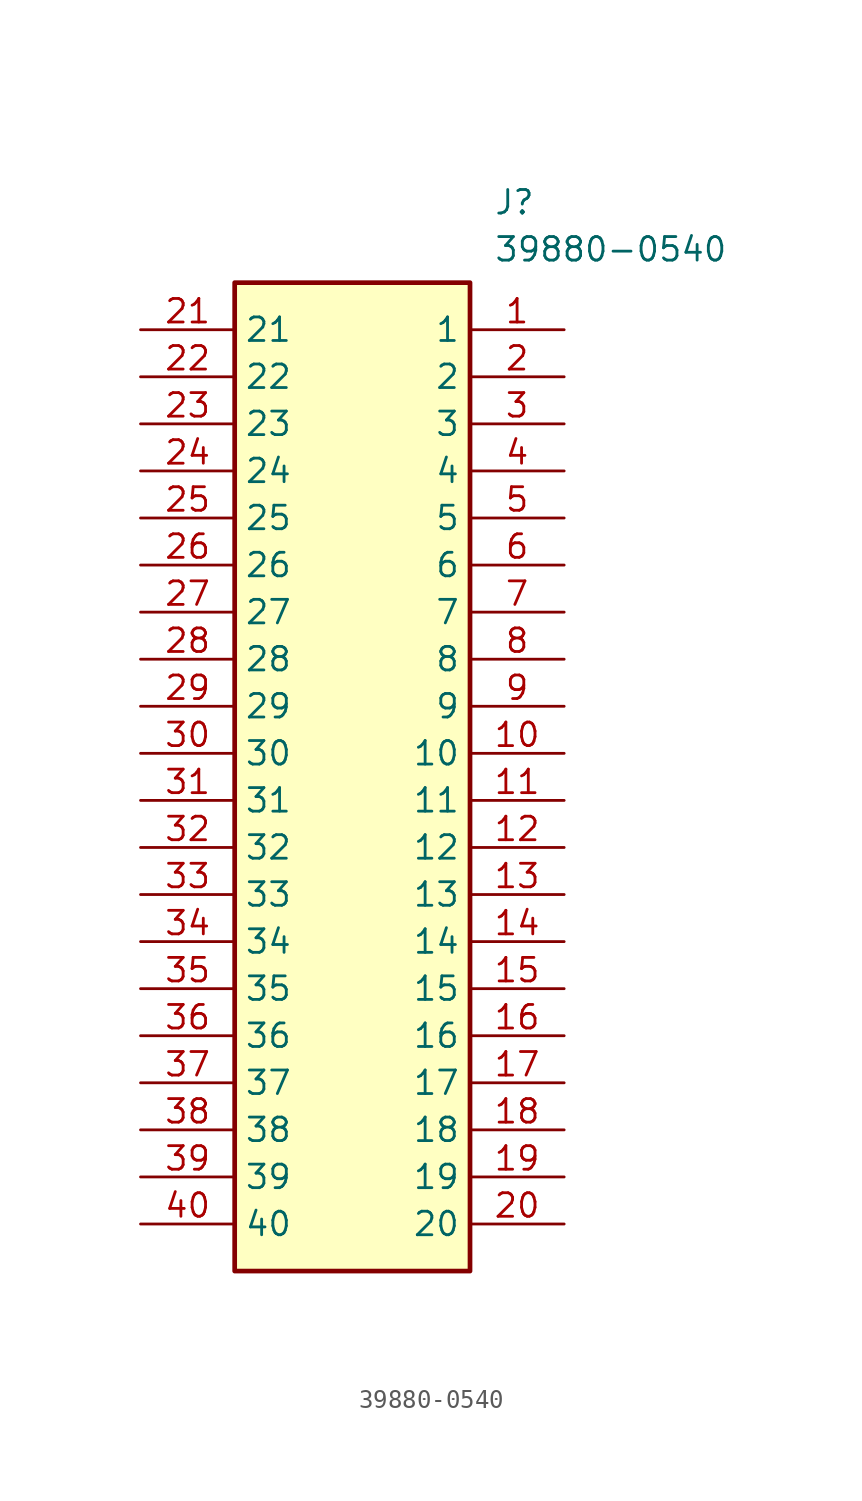
<source format=kicad_sym>
(kicad_symbol_lib
  (version 20211014)
  (generator SamacSys_ECAD_Model)
  (symbol "39880-0540"
    (property "Reference" "J"
      (at 19.05 7.62 0)
      (effects (font (size 1.27 1.27)) (justify left top)))
    (property "Value" "39880-0540"
      (at 19.05 5.08 0)
      (effects (font (size 1.27 1.27)) (justify left top)))
    (rectangle
      (start 5.08 2.54)
      (end 17.78 -50.8)
      (stroke (width 0.254) (type default))
      (fill (type background)))
    (pin passive line
      (at 22.86 0 180)
      (length 5.08)
      (name "1" (effects (font (size 1.27 1.27))))
      (number "1" (effects (font (size 1.27 1.27)))))
    (pin passive line
      (at 22.86 -2.54 180)
      (length 5.08)
      (name "2" (effects (font (size 1.27 1.27))))
      (number "2" (effects (font (size 1.27 1.27)))))
    (pin passive line
      (at 22.86 -5.08 180)
      (length 5.08)
      (name "3" (effects (font (size 1.27 1.27))))
      (number "3" (effects (font (size 1.27 1.27)))))
    (pin passive line
      (at 22.86 -7.62 180)
      (length 5.08)
      (name "4" (effects (font (size 1.27 1.27))))
      (number "4" (effects (font (size 1.27 1.27)))))
    (pin passive line
      (at 22.86 -10.16 180)
      (length 5.08)
      (name "5" (effects (font (size 1.27 1.27))))
      (number "5" (effects (font (size 1.27 1.27)))))
    (pin passive line
      (at 22.86 -12.7 180)
      (length 5.08)
      (name "6" (effects (font (size 1.27 1.27))))
      (number "6" (effects (font (size 1.27 1.27)))))
    (pin passive line
      (at 22.86 -15.24 180)
      (length 5.08)
      (name "7" (effects (font (size 1.27 1.27))))
      (number "7" (effects (font (size 1.27 1.27)))))
    (pin passive line
      (at 22.86 -17.78 180)
      (length 5.08)
      (name "8" (effects (font (size 1.27 1.27))))
      (number "8" (effects (font (size 1.27 1.27)))))
    (pin passive line
      (at 22.86 -20.32 180)
      (length 5.08)
      (name "9" (effects (font (size 1.27 1.27))))
      (number "9" (effects (font (size 1.27 1.27)))))
    (pin passive line
      (at 22.86 -22.86 180)
      (length 5.08)
      (name "10" (effects (font (size 1.27 1.27))))
      (number "10" (effects (font (size 1.27 1.27)))))
    (pin passive line
      (at 22.86 -25.4 180)
      (length 5.08)
      (name "11" (effects (font (size 1.27 1.27))))
      (number "11" (effects (font (size 1.27 1.27)))))
    (pin passive line
      (at 22.86 -27.94 180)
      (length 5.08)
      (name "12" (effects (font (size 1.27 1.27))))
      (number "12" (effects (font (size 1.27 1.27)))))
    (pin passive line
      (at 22.86 -30.48 180)
      (length 5.08)
      (name "13" (effects (font (size 1.27 1.27))))
      (number "13" (effects (font (size 1.27 1.27)))))
    (pin passive line
      (at 22.86 -33.02 180)
      (length 5.08)
      (name "14" (effects (font (size 1.27 1.27))))
      (number "14" (effects (font (size 1.27 1.27)))))
    (pin passive line
      (at 22.86 -35.56 180)
      (length 5.08)
      (name "15" (effects (font (size 1.27 1.27))))
      (number "15" (effects (font (size 1.27 1.27)))))
    (pin passive line
      (at 22.86 -38.1 180)
      (length 5.08)
      (name "16" (effects (font (size 1.27 1.27))))
      (number "16" (effects (font (size 1.27 1.27)))))
    (pin passive line
      (at 22.86 -40.64 180)
      (length 5.08)
      (name "17" (effects (font (size 1.27 1.27))))
      (number "17" (effects (font (size 1.27 1.27)))))
    (pin passive line
      (at 22.86 -43.18 180)
      (length 5.08)
      (name "18" (effects (font (size 1.27 1.27))))
      (number "18" (effects (font (size 1.27 1.27)))))
    (pin passive line
      (at 22.86 -45.72 180)
      (length 5.08)
      (name "19" (effects (font (size 1.27 1.27))))
      (number "19" (effects (font (size 1.27 1.27)))))
    (pin passive line
      (at 22.86 -48.26 180)
      (length 5.08)
      (name "20" (effects (font (size 1.27 1.27))))
      (number "20" (effects (font (size 1.27 1.27)))))
    (pin passive line
      (at 0 0 0)
      (length 5.08)
      (name "21" (effects (font (size 1.27 1.27))))
      (number "21" (effects (font (size 1.27 1.27)))))
    (pin passive line
      (at 0 -2.54 0)
      (length 5.08)
      (name "22" (effects (font (size 1.27 1.27))))
      (number "22" (effects (font (size 1.27 1.27)))))
    (pin passive line
      (at 0 -5.08 0)
      (length 5.08)
      (name "23" (effects (font (size 1.27 1.27))))
      (number "23" (effects (font (size 1.27 1.27)))))
    (pin passive line
      (at 0 -7.62 0)
      (length 5.08)
      (name "24" (effects (font (size 1.27 1.27))))
      (number "24" (effects (font (size 1.27 1.27)))))
    (pin passive line
      (at 0 -10.16 0)
      (length 5.08)
      (name "25" (effects (font (size 1.27 1.27))))
      (number "25" (effects (font (size 1.27 1.27)))))
    (pin passive line
      (at 0 -12.7 0)
      (length 5.08)
      (name "26" (effects (font (size 1.27 1.27))))
      (number "26" (effects (font (size 1.27 1.27)))))
    (pin passive line
      (at 0 -15.24 0)
      (length 5.08)
      (name "27" (effects (font (size 1.27 1.27))))
      (number "27" (effects (font (size 1.27 1.27)))))
    (pin passive line
      (at 0 -17.78 0)
      (length 5.08)
      (name "28" (effects (font (size 1.27 1.27))))
      (number "28" (effects (font (size 1.27 1.27)))))
    (pin passive line
      (at 0 -20.32 0)
      (length 5.08)
      (name "29" (effects (font (size 1.27 1.27))))
      (number "29" (effects (font (size 1.27 1.27)))))
    (pin passive line
      (at 0 -22.86 0)
      (length 5.08)
      (name "30" (effects (font (size 1.27 1.27))))
      (number "30" (effects (font (size 1.27 1.27)))))
    (pin passive line
      (at 0 -25.4 0)
      (length 5.08)
      (name "31" (effects (font (size 1.27 1.27))))
      (number "31" (effects (font (size 1.27 1.27)))))
    (pin passive line
      (at 0 -27.94 0)
      (length 5.08)
      (name "32" (effects (font (size 1.27 1.27))))
      (number "32" (effects (font (size 1.27 1.27)))))
    (pin passive line
      (at 0 -30.48 0)
      (length 5.08)
      (name "33" (effects (font (size 1.27 1.27))))
      (number "33" (effects (font (size 1.27 1.27)))))
    (pin passive line
      (at 0 -33.02 0)
      (length 5.08)
      (name "34" (effects (font (size 1.27 1.27))))
      (number "34" (effects (font (size 1.27 1.27)))))
    (pin passive line
      (at 0 -35.56 0)
      (length 5.08)
      (name "35" (effects (font (size 1.27 1.27))))
      (number "35" (effects (font (size 1.27 1.27)))))
    (pin passive line
      (at 0 -38.1 0)
      (length 5.08)
      (name "36" (effects (font (size 1.27 1.27))))
      (number "36" (effects (font (size 1.27 1.27)))))
    (pin passive line
      (at 0 -40.64 0)
      (length 5.08)
      (name "37" (effects (font (size 1.27 1.27))))
      (number "37" (effects (font (size 1.27 1.27)))))
    (pin passive line
      (at 0 -43.18 0)
      (length 5.08)
      (name "38" (effects (font (size 1.27 1.27))))
      (number "38" (effects (font (size 1.27 1.27)))))
    (pin passive line
      (at 0 -45.72 0)
      (length 5.08)
      (name "39" (effects (font (size 1.27 1.27))))
      (number "39" (effects (font (size 1.27 1.27)))))
    (pin passive line
      (at 0 -48.26 0)
      (length 5.08)
      (name "40" (effects (font (size 1.27 1.27))))
      (number "40" (effects (font (size 1.27 1.27)))))))
</source>
